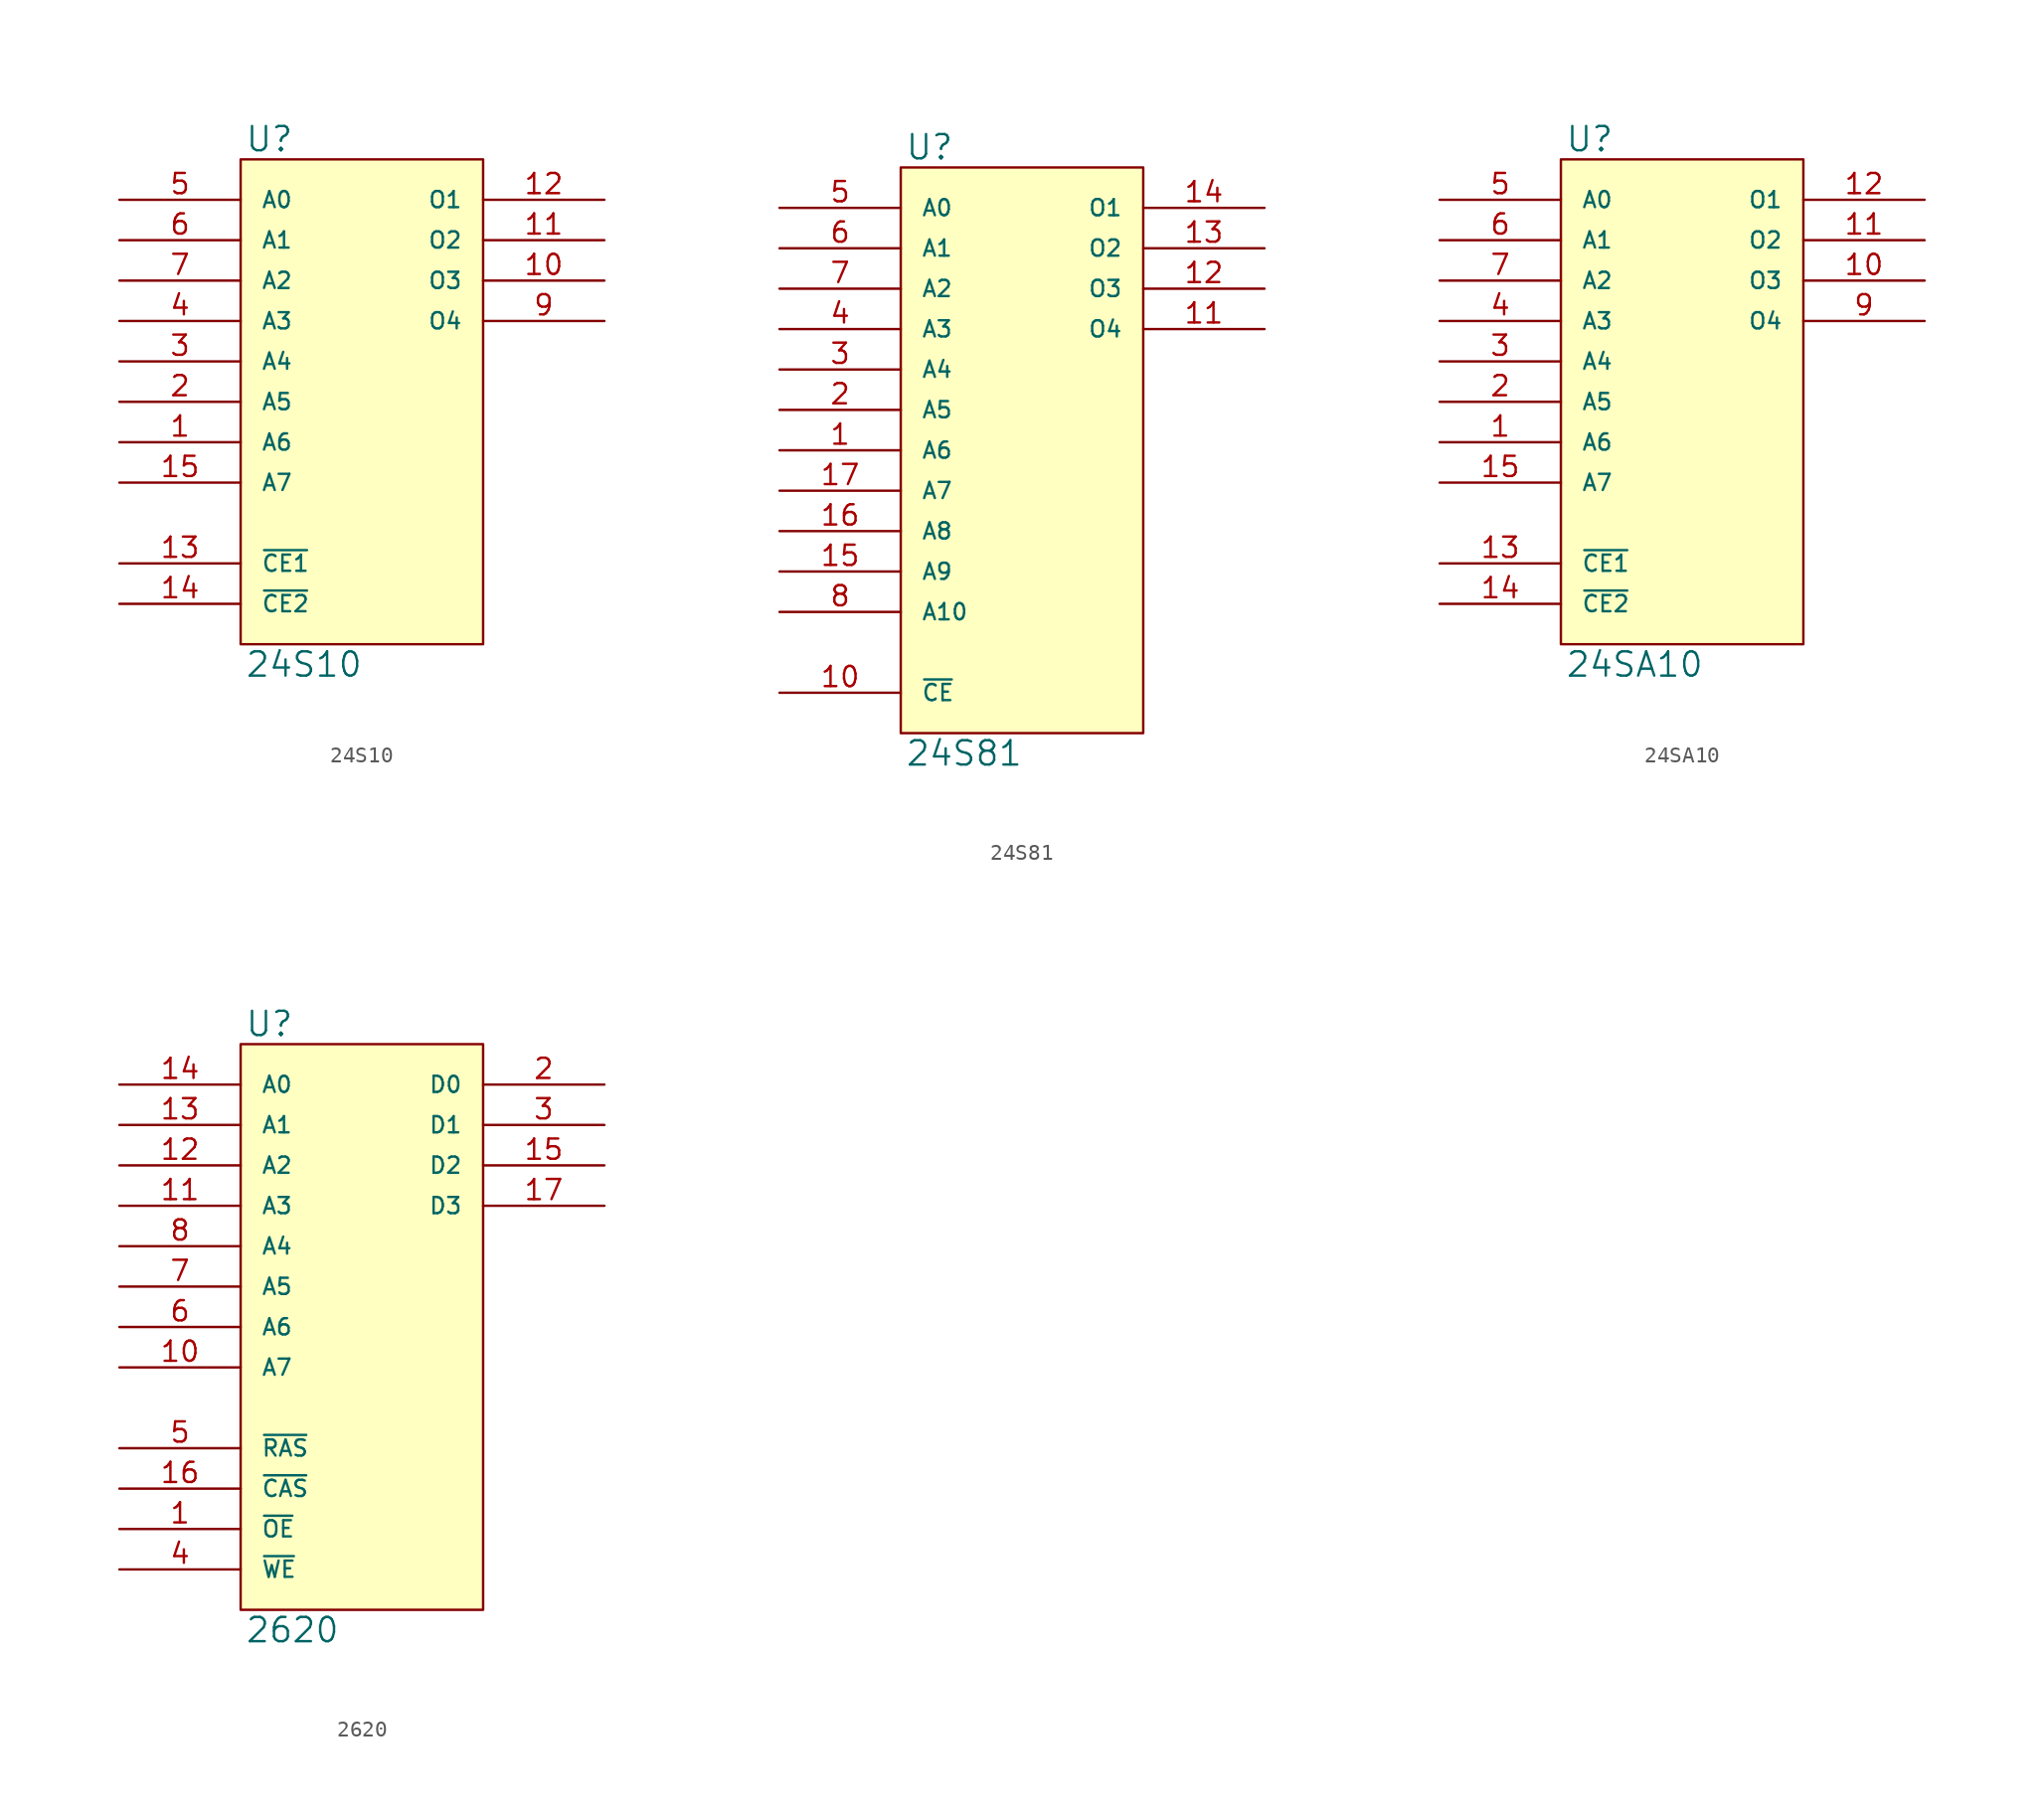
<source format=kicad_sym>
(kicad_symbol_lib
  (version 20231120)
  (generator "kicad_symbol_editor")
  (generator_version "8.0")
  (symbol "24S10"
    (pin_names
      (offset 1.27))
    (property "Reference" "U"
      (at 0.254 0.381 0)
      (effects (font (size 1.524 1.524)) (justify left bottom)))
    (property "Value" "24S10"
      (at 0.254 -30.861 0)
      (effects (font (size 1.524 1.524)) (justify left top)))
    (symbol "24S10_0_1"
      (rectangle (start 0 0) (end 15.24 -30.48) (stroke (width 0) (type solid)) (fill (type background))))
    (symbol "24S10_1_1"
      (pin input line (at -7.62 -17.78 0) (length 7.62) (name "A6" (effects (font (size 1.016 1.016)))) (number "1" (effects (font (size 1.27 1.27)))))
      (pin tri_state line (at 22.86 -7.62 180) (length 7.62) (name "O3" (effects (font (size 1.016 1.016)))) (number "10" (effects (font (size 1.27 1.27)))))
      (pin tri_state line (at 22.86 -5.08 180) (length 7.62) (name "O2" (effects (font (size 1.016 1.016)))) (number "11" (effects (font (size 1.27 1.27)))))
      (pin tri_state line (at 22.86 -2.54 180) (length 7.62) (name "O1" (effects (font (size 1.016 1.016)))) (number "12" (effects (font (size 1.27 1.27)))))
      (pin input line (at -7.62 -25.4 0) (length 7.62) (name "~{CE1}" (effects (font (size 1.016 1.016)))) (number "13" (effects (font (size 1.27 1.27)))))
      (pin input line (at -7.62 -27.94 0) (length 7.62) (name "~{CE2}" (effects (font (size 1.016 1.016)))) (number "14" (effects (font (size 1.27 1.27)))))
      (pin input line (at -7.62 -20.32 0) (length 7.62) (name "A7" (effects (font (size 1.016 1.016)))) (number "15" (effects (font (size 1.27 1.27)))))
      (pin power_in line (at 0 0 270) (length 0) hide (name "VCC" (effects (font (size 1.016 1.016)))) (number "16" (effects (font (size 1.27 1.27)))))
      (pin input line (at -7.62 -15.24 0) (length 7.62) (name "A5" (effects (font (size 1.016 1.016)))) (number "2" (effects (font (size 1.27 1.27)))))
      (pin input line (at -7.62 -12.7 0) (length 7.62) (name "A4" (effects (font (size 1.016 1.016)))) (number "3" (effects (font (size 1.27 1.27)))))
      (pin input line (at -7.62 -10.16 0) (length 7.62) (name "A3" (effects (font (size 1.016 1.016)))) (number "4" (effects (font (size 1.27 1.27)))))
      (pin input line (at -7.62 -2.54 0) (length 7.62) (name "A0" (effects (font (size 1.016 1.016)))) (number "5" (effects (font (size 1.27 1.27)))))
      (pin input line (at -7.62 -5.08 0) (length 7.62) (name "A1" (effects (font (size 1.016 1.016)))) (number "6" (effects (font (size 1.27 1.27)))))
      (pin input line (at -7.62 -7.62 0) (length 7.62) (name "A2" (effects (font (size 1.016 1.016)))) (number "7" (effects (font (size 1.27 1.27)))))
      (pin power_in line (at 0 -30.48 90) (length 0) hide (name "GND" (effects (font (size 1.016 1.016)))) (number "8" (effects (font (size 1.27 1.27)))))
      (pin tri_state line (at 22.86 -10.16 180) (length 7.62) (name "O4" (effects (font (size 1.016 1.016)))) (number "9" (effects (font (size 1.27 1.27)))))))
  (symbol "24S81"
    (pin_names
      (offset 1.27))
    (property "Reference" "U"
      (at 0.254 0.381 0)
      (effects (font (size 1.524 1.524)) (justify left bottom)))
    (property "Value" "24S81"
      (at 0.254 -35.941 0)
      (effects (font (size 1.524 1.524)) (justify left top)))
    (symbol "24S81_0_1"
      (rectangle (start 0 0) (end 15.24 -35.56) (stroke (width 0) (type solid)) (fill (type background))))
    (symbol "24S81_1_1"
      (pin input line (at -7.62 -17.78 0) (length 7.62) (name "A6" (effects (font (size 1.016 1.016)))) (number "1" (effects (font (size 1.27 1.27)))))
      (pin input line (at -7.62 -33.02 0) (length 7.62) (name "~{CE}" (effects (font (size 1.016 1.016)))) (number "10" (effects (font (size 1.27 1.27)))))
      (pin tri_state line (at 22.86 -10.16 180) (length 7.62) (name "O4" (effects (font (size 1.016 1.016)))) (number "11" (effects (font (size 1.27 1.27)))))
      (pin tri_state line (at 22.86 -7.62 180) (length 7.62) (name "O3" (effects (font (size 1.016 1.016)))) (number "12" (effects (font (size 1.27 1.27)))))
      (pin tri_state line (at 22.86 -5.08 180) (length 7.62) (name "O2" (effects (font (size 1.016 1.016)))) (number "13" (effects (font (size 1.27 1.27)))))
      (pin tri_state line (at 22.86 -2.54 180) (length 7.62) (name "O1" (effects (font (size 1.016 1.016)))) (number "14" (effects (font (size 1.27 1.27)))))
      (pin input line (at -7.62 -25.4 0) (length 7.62) (name "A9" (effects (font (size 1.016 1.016)))) (number "15" (effects (font (size 1.27 1.27)))))
      (pin input line (at -7.62 -22.86 0) (length 7.62) (name "A8" (effects (font (size 1.016 1.016)))) (number "16" (effects (font (size 1.27 1.27)))))
      (pin input line (at -7.62 -20.32 0) (length 7.62) (name "A7" (effects (font (size 1.016 1.016)))) (number "17" (effects (font (size 1.27 1.27)))))
      (pin power_in line (at 0 0 270) (length 0) hide (name "VCC" (effects (font (size 1.016 1.016)))) (number "18" (effects (font (size 1.27 1.27)))))
      (pin input line (at -7.62 -15.24 0) (length 7.62) (name "A5" (effects (font (size 1.016 1.016)))) (number "2" (effects (font (size 1.27 1.27)))))
      (pin input line (at -7.62 -12.7 0) (length 7.62) (name "A4" (effects (font (size 1.016 1.016)))) (number "3" (effects (font (size 1.27 1.27)))))
      (pin input line (at -7.62 -10.16 0) (length 7.62) (name "A3" (effects (font (size 1.016 1.016)))) (number "4" (effects (font (size 1.27 1.27)))))
      (pin input line (at -7.62 -2.54 0) (length 7.62) (name "A0" (effects (font (size 1.016 1.016)))) (number "5" (effects (font (size 1.27 1.27)))))
      (pin input line (at -7.62 -5.08 0) (length 7.62) (name "A1" (effects (font (size 1.016 1.016)))) (number "6" (effects (font (size 1.27 1.27)))))
      (pin input line (at -7.62 -7.62 0) (length 7.62) (name "A2" (effects (font (size 1.016 1.016)))) (number "7" (effects (font (size 1.27 1.27)))))
      (pin input line (at -7.62 -27.94 0) (length 7.62) (name "A10" (effects (font (size 1.016 1.016)))) (number "8" (effects (font (size 1.27 1.27)))))
      (pin power_in line (at 0 -35.56 90) (length 0) hide (name "GND" (effects (font (size 1.016 1.016)))) (number "9" (effects (font (size 1.27 1.27)))))))
  (symbol "24SA10"
    (pin_names
      (offset 1.27))
    (property "Reference" "U"
      (at 0.254 0.381 0)
      (effects (font (size 1.524 1.524)) (justify left bottom)))
    (property "Value" "24SA10"
      (at 0.254 -30.861 0)
      (effects (font (size 1.524 1.524)) (justify left top)))
    (symbol "24SA10_0_1"
      (rectangle (start 0 0) (end 15.24 -30.48) (stroke (width 0) (type solid)) (fill (type background))))
    (symbol "24SA10_1_1"
      (pin input line (at -7.62 -17.78 0) (length 7.62) (name "A6" (effects (font (size 1.016 1.016)))) (number "1" (effects (font (size 1.27 1.27)))))
      (pin open_collector line (at 22.86 -7.62 180) (length 7.62) (name "O3" (effects (font (size 1.016 1.016)))) (number "10" (effects (font (size 1.27 1.27)))))
      (pin open_collector line (at 22.86 -5.08 180) (length 7.62) (name "O2" (effects (font (size 1.016 1.016)))) (number "11" (effects (font (size 1.27 1.27)))))
      (pin open_collector line (at 22.86 -2.54 180) (length 7.62) (name "O1" (effects (font (size 1.016 1.016)))) (number "12" (effects (font (size 1.27 1.27)))))
      (pin input line (at -7.62 -25.4 0) (length 7.62) (name "~{CE1}" (effects (font (size 1.016 1.016)))) (number "13" (effects (font (size 1.27 1.27)))))
      (pin input line (at -7.62 -27.94 0) (length 7.62) (name "~{CE2}" (effects (font (size 1.016 1.016)))) (number "14" (effects (font (size 1.27 1.27)))))
      (pin input line (at -7.62 -20.32 0) (length 7.62) (name "A7" (effects (font (size 1.016 1.016)))) (number "15" (effects (font (size 1.27 1.27)))))
      (pin power_in line (at 0 0 270) (length 0) hide (name "VCC" (effects (font (size 1.016 1.016)))) (number "16" (effects (font (size 1.27 1.27)))))
      (pin input line (at -7.62 -15.24 0) (length 7.62) (name "A5" (effects (font (size 1.016 1.016)))) (number "2" (effects (font (size 1.27 1.27)))))
      (pin input line (at -7.62 -12.7 0) (length 7.62) (name "A4" (effects (font (size 1.016 1.016)))) (number "3" (effects (font (size 1.27 1.27)))))
      (pin input line (at -7.62 -10.16 0) (length 7.62) (name "A3" (effects (font (size 1.016 1.016)))) (number "4" (effects (font (size 1.27 1.27)))))
      (pin input line (at -7.62 -2.54 0) (length 7.62) (name "A0" (effects (font (size 1.016 1.016)))) (number "5" (effects (font (size 1.27 1.27)))))
      (pin input line (at -7.62 -5.08 0) (length 7.62) (name "A1" (effects (font (size 1.016 1.016)))) (number "6" (effects (font (size 1.27 1.27)))))
      (pin input line (at -7.62 -7.62 0) (length 7.62) (name "A2" (effects (font (size 1.016 1.016)))) (number "7" (effects (font (size 1.27 1.27)))))
      (pin power_in line (at 0 -30.48 90) (length 0) hide (name "GND" (effects (font (size 1.016 1.016)))) (number "8" (effects (font (size 1.27 1.27)))))
      (pin open_collector line (at 22.86 -10.16 180) (length 7.62) (name "O4" (effects (font (size 1.016 1.016)))) (number "9" (effects (font (size 1.27 1.27)))))))
  (symbol "2620"
    (pin_names
      (offset 1.27))
    (property "Reference" "U"
      (at 0.254 0.381 0)
      (effects (font (size 1.524 1.524)) (justify left bottom)))
    (property "Value" "2620"
      (at 0.254 -35.941 0)
      (effects (font (size 1.524 1.524)) (justify left top)))
    (symbol "2620_0_1"
      (rectangle (start 0 0) (end 15.24 -35.56) (stroke (width 0) (type solid)) (fill (type background))))
    (symbol "2620_1_1"
      (pin input line (at -7.62 -30.48 0) (length 7.62) (name "~{OE}" (effects (font (size 1.016 1.016)))) (number "1" (effects (font (size 1.27 1.27)))))
      (pin input line (at -7.62 -20.32 0) (length 7.62) (name "A7" (effects (font (size 1.016 1.016)))) (number "10" (effects (font (size 1.27 1.27)))))
      (pin input line (at -7.62 -10.16 0) (length 7.62) (name "A3" (effects (font (size 1.016 1.016)))) (number "11" (effects (font (size 1.27 1.27)))))
      (pin input line (at -7.62 -7.62 0) (length 7.62) (name "A2" (effects (font (size 1.016 1.016)))) (number "12" (effects (font (size 1.27 1.27)))))
      (pin input line (at -7.62 -5.08 0) (length 7.62) (name "A1" (effects (font (size 1.016 1.016)))) (number "13" (effects (font (size 1.27 1.27)))))
      (pin input line (at -7.62 -2.54 0) (length 7.62) (name "A0" (effects (font (size 1.016 1.016)))) (number "14" (effects (font (size 1.27 1.27)))))
      (pin tri_state line (at 22.86 -7.62 180) (length 7.62) (name "D2" (effects (font (size 1.016 1.016)))) (number "15" (effects (font (size 1.27 1.27)))))
      (pin input line (at -7.62 -27.94 0) (length 7.62) (name "~{CAS}" (effects (font (size 1.016 1.016)))) (number "16" (effects (font (size 1.27 1.27)))))
      (pin tri_state line (at 22.86 -10.16 180) (length 7.62) (name "D3" (effects (font (size 1.016 1.016)))) (number "17" (effects (font (size 1.27 1.27)))))
      (pin power_in line (at 0 -35.56 90) (length 0) hide (name "VSS" (effects (font (size 1.016 1.016)))) (number "18" (effects (font (size 1.27 1.27)))))
      (pin tri_state line (at 22.86 -2.54 180) (length 7.62) (name "D0" (effects (font (size 1.016 1.016)))) (number "2" (effects (font (size 1.27 1.27)))))
      (pin tri_state line (at 22.86 -5.08 180) (length 7.62) (name "D1" (effects (font (size 1.016 1.016)))) (number "3" (effects (font (size 1.27 1.27)))))
      (pin input line (at -7.62 -33.02 0) (length 7.62) (name "~{WE}" (effects (font (size 1.016 1.016)))) (number "4" (effects (font (size 1.27 1.27)))))
      (pin input line (at -7.62 -25.4 0) (length 7.62) (name "~{RAS}" (effects (font (size 1.016 1.016)))) (number "5" (effects (font (size 1.27 1.27)))))
      (pin input line (at -7.62 -17.78 0) (length 7.62) (name "A6" (effects (font (size 1.016 1.016)))) (number "6" (effects (font (size 1.27 1.27)))))
      (pin input line (at -7.62 -15.24 0) (length 7.62) (name "A5" (effects (font (size 1.016 1.016)))) (number "7" (effects (font (size 1.27 1.27)))))
      (pin input line (at -7.62 -12.7 0) (length 7.62) (name "A4" (effects (font (size 1.016 1.016)))) (number "8" (effects (font (size 1.27 1.27)))))
      (pin power_in line (at 0 0 270) (length 0) hide (name "VCC" (effects (font (size 1.016 1.016)))) (number "9" (effects (font (size 1.27 1.27))))))))
</source>
